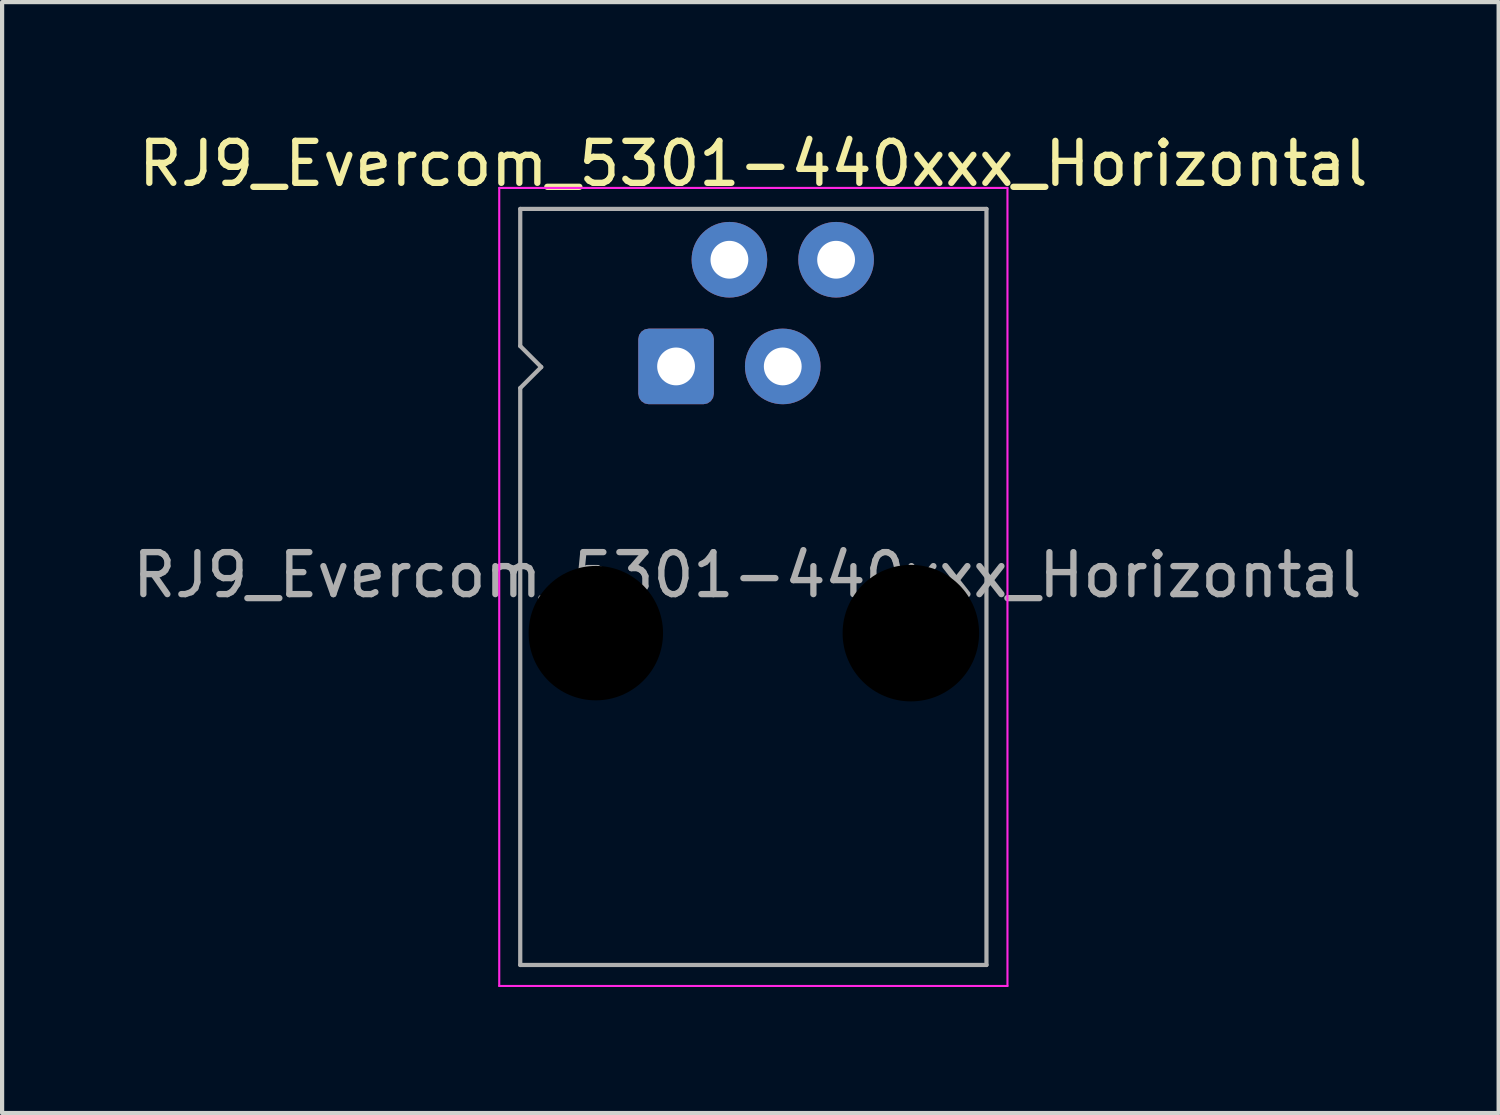
<source format=kicad_pcb>
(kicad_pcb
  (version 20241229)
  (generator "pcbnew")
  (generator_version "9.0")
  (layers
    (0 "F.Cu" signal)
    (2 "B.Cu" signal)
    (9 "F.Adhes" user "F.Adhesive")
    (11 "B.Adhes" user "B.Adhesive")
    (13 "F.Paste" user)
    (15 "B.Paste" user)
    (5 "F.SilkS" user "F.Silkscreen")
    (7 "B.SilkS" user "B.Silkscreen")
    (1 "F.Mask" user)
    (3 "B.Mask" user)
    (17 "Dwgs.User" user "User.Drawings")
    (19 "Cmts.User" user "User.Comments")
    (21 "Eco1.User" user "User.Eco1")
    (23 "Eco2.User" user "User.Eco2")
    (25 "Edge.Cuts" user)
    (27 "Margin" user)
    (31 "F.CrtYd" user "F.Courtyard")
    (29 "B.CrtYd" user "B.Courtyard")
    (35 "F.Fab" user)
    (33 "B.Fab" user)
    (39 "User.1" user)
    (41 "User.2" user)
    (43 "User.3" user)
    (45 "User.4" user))
  (footprint "RJ9_Evercom_5301-440xxx_Horizontal"
    (layer "F.Cu")
    (at 13.046 5.674)
    (property "Reference" "RJ9_Evercom_5301-440xxx_Horizontal" (at 1.84 -4.826 180) (layer "F.SilkS") (effects (font (size 1 1) (thickness 0.15))))
    (attr through_hole)
    (fp_line (start -4.21 -4.25) (end 7.89 -4.25) (stroke (width 0.05) (type solid)) (layer "F.CrtYd"))
    (fp_line (start -4.21 14.75) (end -4.21 -4.25) (stroke (width 0.05) (type solid)) (layer "F.CrtYd"))
    (fp_line (start 7.89 -4.25) (end 7.89 14.75) (stroke (width 0.05) (type solid)) (layer "F.CrtYd"))
    (fp_line (start 7.89 14.75) (end -4.21 14.75) (stroke (width 0.05) (type solid)) (layer "F.CrtYd"))
    (fp_line (start -3.71 -3.75) (end 7.39 -3.75) (stroke (width 0.1) (type solid)) (layer "F.Fab"))
    (fp_line (start -3.71 -0.485) (end -3.71 -3.75) (stroke (width 0.1) (type solid)) (layer "F.Fab"))
    (fp_line (start -3.71 0.515) (end -3.21 0.015) (stroke (width 0.1) (type solid)) (layer "F.Fab"))
    (fp_line (start -3.71 14.25) (end -3.71 0.515) (stroke (width 0.1) (type solid)) (layer "F.Fab"))
    (fp_line (start -3.21 0.015) (end -3.71 -0.485) (stroke (width 0.1) (type solid)) (layer "F.Fab"))
    (fp_line (start 7.39 -3.75) (end 7.39 14.25) (stroke (width 0.1) (type solid)) (layer "F.Fab"))
    (fp_line (start 7.39 14.25) (end -3.71 14.25) (stroke (width 0.1) (type solid)) (layer "F.Fab"))
    (fp_text user "${REFERENCE}" (at 1.698 4.966 180) (layer "F.Fab") (effects (font (size 1 1) (thickness 0.15))))
    (pad "" np_thru_hole circle (at -1.91 6.35) (size 3.25 3.25) (drill 3.2) (layers "*.Mask"))
    (pad "" np_thru_hole circle (at 5.59 6.35) (size 3.25 3.25) (drill 3.25) (layers "*.Mask"))
    (pad "1" thru_hole roundrect (at 0 0) (size 1.8 1.8) (drill 0.9) (layers "*.Cu" "*.Mask") (roundrect_rratio 0.139))
    (pad "2" thru_hole circle (at 1.27 -2.54) (size 1.8 1.8) (drill 0.9) (layers "*.Cu" "*.Mask"))
    (pad "3" thru_hole circle (at 2.54 0) (size 1.8 1.8) (drill 0.9) (layers "*.Cu" "*.Mask"))
    (pad "4" thru_hole circle (at 3.81 -2.54) (size 1.8 1.8) (drill 0.9) (layers "*.Cu" "*.Mask")))
  (gr_rect
    (start -3 -3)
    (end 32.63 23.449)
    (stroke (width 0.1) (type default))
    (fill no)
    (layer "Edge.Cuts")))
</source>
